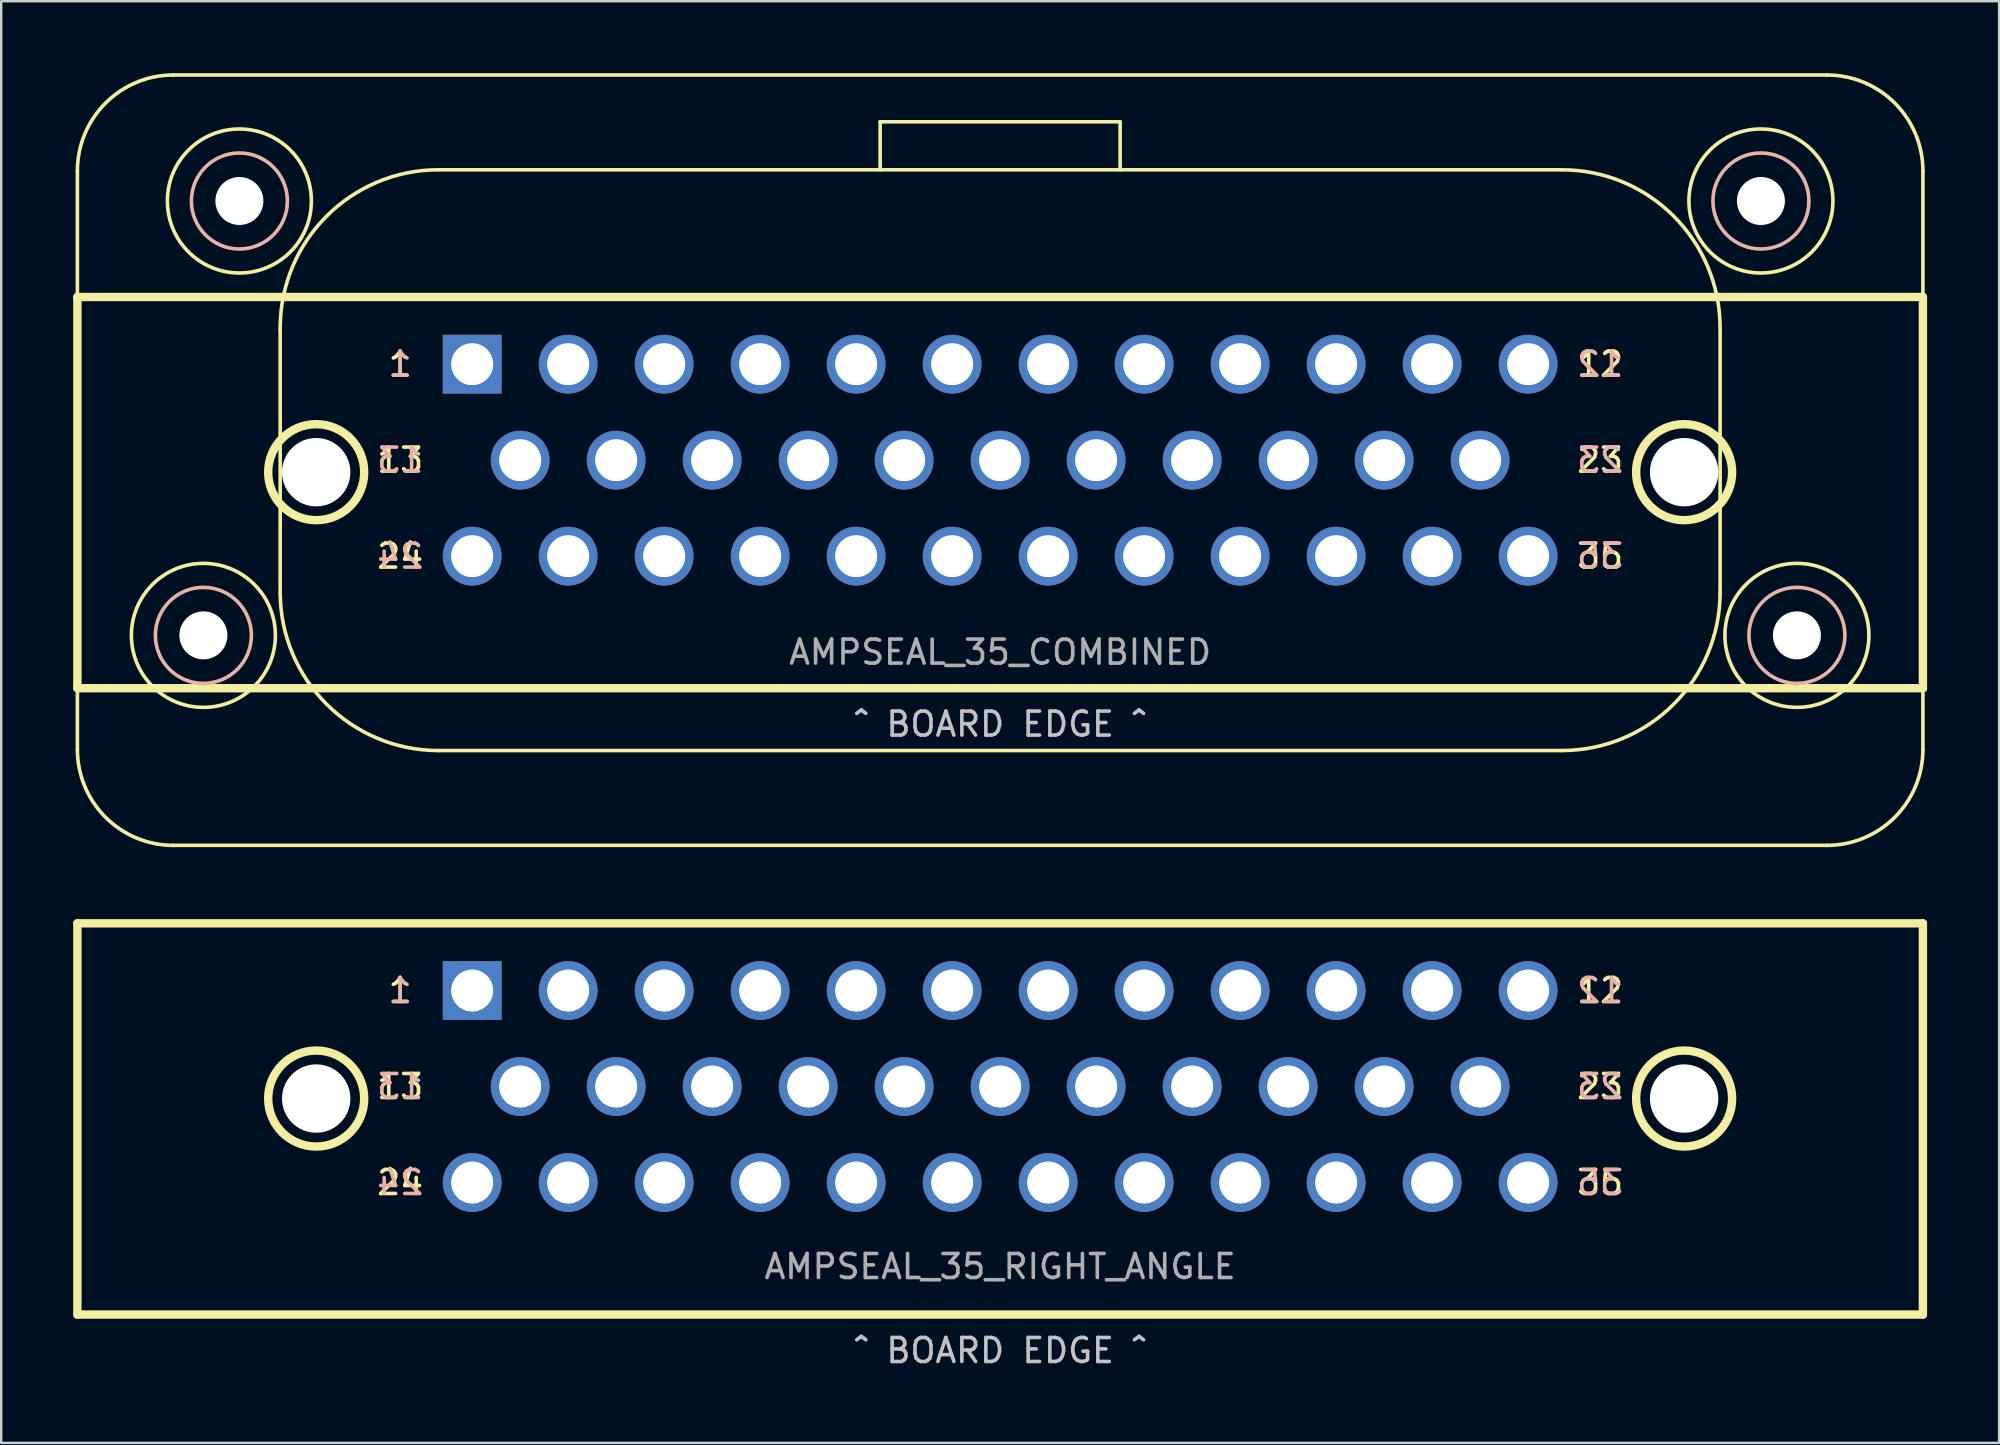
<source format=kicad_pcb>
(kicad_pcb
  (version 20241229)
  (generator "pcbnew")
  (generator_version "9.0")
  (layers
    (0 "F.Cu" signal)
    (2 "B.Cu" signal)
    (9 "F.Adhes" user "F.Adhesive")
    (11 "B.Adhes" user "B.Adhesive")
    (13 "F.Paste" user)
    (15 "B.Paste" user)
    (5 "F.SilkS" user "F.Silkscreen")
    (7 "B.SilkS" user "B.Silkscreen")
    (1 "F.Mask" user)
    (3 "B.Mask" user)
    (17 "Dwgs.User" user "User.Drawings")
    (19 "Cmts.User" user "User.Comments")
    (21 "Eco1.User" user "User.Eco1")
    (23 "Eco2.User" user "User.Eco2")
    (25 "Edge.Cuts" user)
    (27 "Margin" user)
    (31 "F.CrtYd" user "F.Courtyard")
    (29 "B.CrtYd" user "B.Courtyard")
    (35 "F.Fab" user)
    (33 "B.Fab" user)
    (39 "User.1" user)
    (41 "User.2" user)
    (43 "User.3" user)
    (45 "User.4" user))
  (footprint "AMPSEAL_35_COMBINED"
    (layer "F.Cu")
    (at 38.625 16.125)
    (property "Reference" "AMPSEAL_35_COMBINED" (at 0 8 0) (layer "F.Fab") (effects (font (size 1 1) (thickness 0.15))))
    (attr through_hole)
    (fp_line (start -38.45 -12.05) (end -38.45 12.05) (stroke (width 0.15) (type solid)) (layer "F.SilkS"))
    (fp_line (start -38.45 -6.8) (end -38.45 9.5) (stroke (width 0.35) (type solid)) (layer "F.SilkS"))
    (fp_line (start -38.45 -6.8) (end 38.45 -6.8) (stroke (width 0.35) (type solid)) (layer "F.SilkS"))
    (fp_line (start -38.45 9.5) (end 38.45 9.5) (stroke (width 0.35) (type solid)) (layer "F.SilkS"))
    (fp_line (start -34.45 -16.05) (end 34.45 -16.05) (stroke (width 0.15) (type solid)) (layer "F.SilkS"))
    (fp_line (start -34.45 16.05) (end 34.45 16.05) (stroke (width 0.15) (type solid)) (layer "F.SilkS"))
    (fp_line (start -30 -5.5) (end -30 5.5) (stroke (width 0.15) (type solid)) (layer "F.SilkS"))
    (fp_line (start -23.4 -12.1) (end 23.4 -12.1) (stroke (width 0.15) (type solid)) (layer "F.SilkS"))
    (fp_line (start -23.4 12.1) (end 23.4 12.1) (stroke (width 0.15) (type solid)) (layer "F.SilkS"))
    (fp_line (start -5 -14.1) (end 5 -14.1) (stroke (width 0.15) (type solid)) (layer "F.SilkS"))
    (fp_line (start -5 -12.1) (end -5 -14.1) (stroke (width 0.15) (type solid)) (layer "F.SilkS"))
    (fp_line (start 5 -14.1) (end 5 -12.1) (stroke (width 0.15) (type solid)) (layer "F.SilkS"))
    (fp_line (start 30 -5.5) (end 30 5.5) (stroke (width 0.15) (type solid)) (layer "F.SilkS"))
    (fp_line (start 38.45 -12.05) (end 38.45 12.05) (stroke (width 0.15) (type solid)) (layer "F.SilkS"))
    (fp_line (start 38.45 -6.8) (end 38.45 9.5) (stroke (width 0.35) (type solid)) (layer "F.SilkS"))
    (fp_arc (start -38.45 -12.05) (mid -37.278427 -14.878427) (end -34.45 -16.05) (stroke (width 0.15) (type solid)) (layer "F.SilkS"))
    (fp_arc (start -34.45 16.05) (mid -37.278427 14.878427) (end -38.45 12.05) (stroke (width 0.15) (type solid)) (layer "F.SilkS"))
    (fp_arc (start -30 -5.5) (mid -28.070976 -10.16283) (end -23.411519 -12.09999) (stroke (width 0.15) (type solid)) (layer "F.SilkS"))
    (fp_arc (start -23.4 12.1) (mid -28.06283 10.170976) (end -29.99999 5.511519) (stroke (width 0.15) (type solid)) (layer "F.SilkS"))
    (fp_arc (start 23.4 -12.1) (mid 28.06283 -10.170976) (end 29.99999 -5.511519) (stroke (width 0.15) (type solid)) (layer "F.SilkS"))
    (fp_arc (start 30 5.5) (mid 28.070976 10.16283) (end 23.411519 12.09999) (stroke (width 0.15) (type solid)) (layer "F.SilkS"))
    (fp_arc (start 34.45 -16.05) (mid 37.278427 -14.878427) (end 38.45 -12.05) (stroke (width 0.15) (type solid)) (layer "F.SilkS"))
    (fp_arc (start 38.45 12.05) (mid 37.278427 14.878427) (end 34.45 16.05) (stroke (width 0.15) (type solid)) (layer "F.SilkS"))
    (fp_circle (center -33.2 7.3) (end -36.2 7.3) (stroke (width 0.15) (type solid)) (fill no) (layer "F.SilkS"))
    (fp_circle (center -31.7 -10.8) (end -34.7 -10.8) (stroke (width 0.15) (type solid)) (fill no) (layer "F.SilkS"))
    (fp_circle (center -28.5 0.5) (end -26.5 0.5) (stroke (width 0.35) (type solid)) (fill no) (layer "F.SilkS"))
    (fp_circle (center 28.5 0.5) (end 26.5 0.5) (stroke (width 0.35) (type solid)) (fill no) (layer "F.SilkS"))
    (fp_circle (center 31.7 -10.8) (end 34.7 -10.8) (stroke (width 0.15) (type solid)) (fill no) (layer "F.SilkS"))
    (fp_circle (center 33.2 7.3) (end 36.2 7.3) (stroke (width 0.15) (type solid)) (fill no) (layer "F.SilkS"))
    (fp_circle (center -33.2 7.3) (end -35.2 7.3) (stroke (width 0.15) (type solid)) (fill no) (layer "B.SilkS"))
    (fp_circle (center -31.7 -10.8) (end -33.7 -10.8) (stroke (width 0.15) (type solid)) (fill no) (layer "B.SilkS"))
    (fp_circle (center 31.7 -10.8) (end 33.7 -10.8) (stroke (width 0.15) (type solid)) (fill no) (layer "B.SilkS"))
    (fp_circle (center 33.2 7.3) (end 35.2 7.3) (stroke (width 0.15) (type solid)) (fill no) (layer "B.SilkS"))
    (fp_text user "23" (at 25 0 0) (layer "F.SilkS") (effects (font (size 1 1) (thickness 0.15))))
    (fp_text user "13" (at -25 0 0) (layer "F.SilkS") (effects (font (size 1 1) (thickness 0.15))))
    (fp_text user "24" (at -25 4 0) (layer "F.SilkS") (effects (font (size 1 1) (thickness 0.15))))
    (fp_text user "1" (at -25 -4 0) (layer "F.SilkS") (effects (font (size 1 1) (thickness 0.15))))
    (fp_text user "12" (at 25 -4 0) (layer "F.SilkS") (effects (font (size 1 1) (thickness 0.15))))
    (fp_text user "35" (at 25 4 0) (layer "F.SilkS") (effects (font (size 1 1) (thickness 0.15))))
    (fp_text user "1" (at -25 -4 0) (layer "B.SilkS") (effects (font (size 1 1) (thickness 0.15)) (justify mirror)))
    (fp_text user "12" (at 25 -4 0) (layer "B.SilkS") (effects (font (size 1 1) (thickness 0.15)) (justify mirror)))
    (fp_text user "23" (at 25 0 0) (layer "B.SilkS") (effects (font (size 1 1) (thickness 0.15)) (justify mirror)))
    (fp_text user "35" (at 25 4 0) (layer "B.SilkS") (effects (font (size 1 1) (thickness 0.15)) (justify mirror)))
    (fp_text user "24" (at -25 4 0) (layer "B.SilkS") (effects (font (size 1 1) (thickness 0.15)) (justify mirror)))
    (fp_text user "13" (at -25 0 0) (layer "B.SilkS") (effects (font (size 1 1) (thickness 0.15)) (justify mirror)))
    (fp_text user "^ BOARD EDGE ^" (at 0 11 0) (layer "Dwgs.User") (effects (font (size 1 1) (thickness 0.15))))
    (pad "" np_thru_hole circle (at -33.2 7.3) (size 2 2) (drill 2) (layers "*.Cu" "*.Mask"))
    (pad "" np_thru_hole circle (at -31.7 -10.8) (size 2 2) (drill 2) (layers "*.Cu" "*.Mask"))
    (pad "" np_thru_hole circle (at -28.5 0.5) (size 2.85 2.85) (drill 2.85) (layers "*.Cu" "*.Mask"))
    (pad "" np_thru_hole circle (at 28.5 0.5) (size 2.85 2.85) (drill 2.85) (layers "*.Cu" "*.Mask"))
    (pad "" np_thru_hole circle (at 31.7 -10.8) (size 2 2) (drill 2) (layers "*.Cu" "*.Mask"))
    (pad "" np_thru_hole circle (at 33.2 7.3) (size 2 2) (drill 2) (layers "*.Cu" "*.Mask"))
    (pad "1" thru_hole rect (at -22 -4) (size 2.45 2.45) (drill 1.75) (layers "*.Cu" "*.Mask"))
    (pad "2" thru_hole circle (at -18 -4) (size 2.45 2.45) (drill 1.75) (layers "*.Cu" "*.Mask"))
    (pad "3" thru_hole circle (at -14 -4) (size 2.45 2.45) (drill 1.75) (layers "*.Cu" "*.Mask"))
    (pad "4" thru_hole circle (at -10 -4) (size 2.45 2.45) (drill 1.75) (layers "*.Cu" "*.Mask"))
    (pad "5" thru_hole circle (at -6 -4) (size 2.45 2.45) (drill 1.75) (layers "*.Cu" "*.Mask"))
    (pad "6" thru_hole circle (at -2 -4) (size 2.45 2.45) (drill 1.75) (layers "*.Cu" "*.Mask"))
    (pad "7" thru_hole circle (at 2 -4) (size 2.45 2.45) (drill 1.75) (layers "*.Cu" "*.Mask"))
    (pad "8" thru_hole circle (at 6 -4) (size 2.45 2.45) (drill 1.75) (layers "*.Cu" "*.Mask"))
    (pad "9" thru_hole circle (at 10 -4) (size 2.45 2.45) (drill 1.75) (layers "*.Cu" "*.Mask"))
    (pad "10" thru_hole circle (at 14 -4) (size 2.45 2.45) (drill 1.75) (layers "*.Cu" "*.Mask"))
    (pad "11" thru_hole circle (at 18 -4) (size 2.45 2.45) (drill 1.75) (layers "*.Cu" "*.Mask"))
    (pad "12" thru_hole circle (at 22 -4) (size 2.45 2.45) (drill 1.75) (layers "*.Cu" "*.Mask"))
    (pad "13" thru_hole circle (at -20 0) (size 2.45 2.45) (drill 1.75) (layers "*.Cu" "*.Mask"))
    (pad "14" thru_hole circle (at -16 0) (size 2.45 2.45) (drill 1.75) (layers "*.Cu" "*.Mask"))
    (pad "15" thru_hole circle (at -12 0) (size 2.45 2.45) (drill 1.75) (layers "*.Cu" "*.Mask"))
    (pad "16" thru_hole circle (at -8 0) (size 2.45 2.45) (drill 1.75) (layers "*.Cu" "*.Mask"))
    (pad "17" thru_hole circle (at -4 0) (size 2.45 2.45) (drill 1.75) (layers "*.Cu" "*.Mask"))
    (pad "18" thru_hole circle (at 0 0) (size 2.45 2.45) (drill 1.75) (layers "*.Cu" "*.Mask"))
    (pad "19" thru_hole circle (at 4 0) (size 2.45 2.45) (drill 1.75) (layers "*.Cu" "*.Mask"))
    (pad "20" thru_hole circle (at 8 0) (size 2.45 2.45) (drill 1.75) (layers "*.Cu" "*.Mask"))
    (pad "21" thru_hole circle (at 12 0) (size 2.45 2.45) (drill 1.75) (layers "*.Cu" "*.Mask"))
    (pad "22" thru_hole circle (at 16 0) (size 2.45 2.45) (drill 1.75) (layers "*.Cu" "*.Mask"))
    (pad "23" thru_hole circle (at 20 0) (size 2.45 2.45) (drill 1.75) (layers "*.Cu" "*.Mask"))
    (pad "24" thru_hole circle (at -22 4) (size 2.45 2.45) (drill 1.75) (layers "*.Cu" "*.Mask"))
    (pad "25" thru_hole circle (at -18 4) (size 2.45 2.45) (drill 1.75) (layers "*.Cu" "*.Mask"))
    (pad "26" thru_hole circle (at -14 4) (size 2.45 2.45) (drill 1.75) (layers "*.Cu" "*.Mask"))
    (pad "27" thru_hole circle (at -10 4) (size 2.45 2.45) (drill 1.75) (layers "*.Cu" "*.Mask"))
    (pad "28" thru_hole circle (at -6 4) (size 2.45 2.45) (drill 1.75) (layers "*.Cu" "*.Mask"))
    (pad "29" thru_hole circle (at -2 4) (size 2.45 2.45) (drill 1.75) (layers "*.Cu" "*.Mask"))
    (pad "30" thru_hole circle (at 2 4) (size 2.45 2.45) (drill 1.75) (layers "*.Cu" "*.Mask"))
    (pad "31" thru_hole circle (at 6 4) (size 2.45 2.45) (drill 1.75) (layers "*.Cu" "*.Mask"))
    (pad "32" thru_hole circle (at 10 4) (size 2.45 2.45) (drill 1.75) (layers "*.Cu" "*.Mask"))
    (pad "33" thru_hole circle (at 14 4) (size 2.45 2.45) (drill 1.75) (layers "*.Cu" "*.Mask"))
    (pad "34" thru_hole circle (at 18 4) (size 2.45 2.45) (drill 1.75) (layers "*.Cu" "*.Mask"))
    (pad "35" thru_hole circle (at 22 4) (size 2.45 2.45) (drill 1.75) (layers "*.Cu" "*.Mask")))
  (footprint "AMPSEAL_35_RIGHT_ANGLE"
    (layer "F.Cu")
    (at 38.625 42.225)
    (property "Reference" "AMPSEAL_35_RIGHT_ANGLE" (at 0 7.5 0) (layer "F.Fab") (effects (font (size 1 1) (thickness 0.15))))
    (attr through_hole)
    (fp_line (start -38.45 -6.8) (end -38.45 9.5) (stroke (width 0.35) (type solid)) (layer "F.SilkS"))
    (fp_line (start -38.45 -6.8) (end 38.45 -6.8) (stroke (width 0.35) (type solid)) (layer "F.SilkS"))
    (fp_line (start -38.45 9.5) (end 38.45 9.5) (stroke (width 0.35) (type solid)) (layer "F.SilkS"))
    (fp_line (start 38.45 -6.8) (end 38.45 9.5) (stroke (width 0.35) (type solid)) (layer "F.SilkS"))
    (fp_circle (center -28.5 0.5) (end -26.5 0.5) (stroke (width 0.35) (type solid)) (fill no) (layer "F.SilkS"))
    (fp_circle (center 28.5 0.5) (end 26.5 0.5) (stroke (width 0.35) (type solid)) (fill no) (layer "F.SilkS"))
    (fp_text user "35" (at 25 4 0) (layer "F.SilkS") (effects (font (size 1 1) (thickness 0.15))))
    (fp_text user "1" (at -25 -4 0) (layer "F.SilkS") (effects (font (size 1 1) (thickness 0.15))))
    (fp_text user "13" (at -25 0 0) (layer "F.SilkS") (effects (font (size 1 1) (thickness 0.15))))
    (fp_text user "24" (at -25 4 0) (layer "F.SilkS") (effects (font (size 1 1) (thickness 0.15))))
    (fp_text user "12" (at 25 -4 0) (layer "F.SilkS") (effects (font (size 1 1) (thickness 0.15))))
    (fp_text user "23" (at 25 0 0) (layer "F.SilkS") (effects (font (size 1 1) (thickness 0.15))))
    (fp_text user "12" (at 25 -4 0) (layer "B.SilkS") (effects (font (size 1 1) (thickness 0.15)) (justify mirror)))
    (fp_text user "24" (at -25 4 0) (layer "B.SilkS") (effects (font (size 1 1) (thickness 0.15)) (justify mirror)))
    (fp_text user "1" (at -25 -4 0) (layer "B.SilkS") (effects (font (size 1 1) (thickness 0.15)) (justify mirror)))
    (fp_text user "13" (at -25 0 0) (layer "B.SilkS") (effects (font (size 1 1) (thickness 0.15)) (justify mirror)))
    (fp_text user "23" (at 25 0 0) (layer "B.SilkS") (effects (font (size 1 1) (thickness 0.15)) (justify mirror)))
    (fp_text user "35" (at 25 4 0) (layer "B.SilkS") (effects (font (size 1 1) (thickness 0.15)) (justify mirror)))
    (fp_text user "^ BOARD EDGE ^" (at 0 11 0) (layer "Dwgs.User") (effects (font (size 1 1) (thickness 0.15))))
    (pad "" np_thru_hole circle (at -28.5 0.5) (size 2.85 2.85) (drill 2.85) (layers "*.Cu" "*.Mask"))
    (pad "" np_thru_hole circle (at 28.5 0.5) (size 2.85 2.85) (drill 2.85) (layers "*.Cu" "*.Mask"))
    (pad "1" thru_hole rect (at -22 -4) (size 2.45 2.45) (drill 1.75) (layers "*.Cu" "*.Mask"))
    (pad "2" thru_hole circle (at -18 -4) (size 2.45 2.45) (drill 1.75) (layers "*.Cu" "*.Mask"))
    (pad "3" thru_hole circle (at -14 -4) (size 2.45 2.45) (drill 1.75) (layers "*.Cu" "*.Mask"))
    (pad "4" thru_hole circle (at -10 -4) (size 2.45 2.45) (drill 1.75) (layers "*.Cu" "*.Mask"))
    (pad "5" thru_hole circle (at -6 -4) (size 2.45 2.45) (drill 1.75) (layers "*.Cu" "*.Mask"))
    (pad "6" thru_hole circle (at -2 -4) (size 2.45 2.45) (drill 1.75) (layers "*.Cu" "*.Mask"))
    (pad "7" thru_hole circle (at 2 -4) (size 2.45 2.45) (drill 1.75) (layers "*.Cu" "*.Mask"))
    (pad "8" thru_hole circle (at 6 -4) (size 2.45 2.45) (drill 1.75) (layers "*.Cu" "*.Mask"))
    (pad "9" thru_hole circle (at 10 -4) (size 2.45 2.45) (drill 1.75) (layers "*.Cu" "*.Mask"))
    (pad "10" thru_hole circle (at 14 -4) (size 2.45 2.45) (drill 1.75) (layers "*.Cu" "*.Mask"))
    (pad "11" thru_hole circle (at 18 -4) (size 2.45 2.45) (drill 1.75) (layers "*.Cu" "*.Mask"))
    (pad "12" thru_hole circle (at 22 -4) (size 2.45 2.45) (drill 1.75) (layers "*.Cu" "*.Mask"))
    (pad "13" thru_hole circle (at -20 0) (size 2.45 2.45) (drill 1.75) (layers "*.Cu" "*.Mask"))
    (pad "14" thru_hole circle (at -16 0) (size 2.45 2.45) (drill 1.75) (layers "*.Cu" "*.Mask"))
    (pad "15" thru_hole circle (at -12 0) (size 2.45 2.45) (drill 1.75) (layers "*.Cu" "*.Mask"))
    (pad "16" thru_hole circle (at -8 0) (size 2.45 2.45) (drill 1.75) (layers "*.Cu" "*.Mask"))
    (pad "17" thru_hole circle (at -4 0) (size 2.45 2.45) (drill 1.75) (layers "*.Cu" "*.Mask"))
    (pad "18" thru_hole circle (at 0 0) (size 2.45 2.45) (drill 1.75) (layers "*.Cu" "*.Mask"))
    (pad "19" thru_hole circle (at 4 0) (size 2.45 2.45) (drill 1.75) (layers "*.Cu" "*.Mask"))
    (pad "20" thru_hole circle (at 8 0) (size 2.45 2.45) (drill 1.75) (layers "*.Cu" "*.Mask"))
    (pad "21" thru_hole circle (at 12 0) (size 2.45 2.45) (drill 1.75) (layers "*.Cu" "*.Mask"))
    (pad "22" thru_hole circle (at 16 0) (size 2.45 2.45) (drill 1.75) (layers "*.Cu" "*.Mask"))
    (pad "23" thru_hole circle (at 20 0) (size 2.45 2.45) (drill 1.75) (layers "*.Cu" "*.Mask"))
    (pad "24" thru_hole circle (at -22 4) (size 2.45 2.45) (drill 1.75) (layers "*.Cu" "*.Mask"))
    (pad "25" thru_hole circle (at -18 4) (size 2.45 2.45) (drill 1.75) (layers "*.Cu" "*.Mask"))
    (pad "26" thru_hole circle (at -14 4) (size 2.45 2.45) (drill 1.75) (layers "*.Cu" "*.Mask"))
    (pad "27" thru_hole circle (at -10 4) (size 2.45 2.45) (drill 1.75) (layers "*.Cu" "*.Mask"))
    (pad "28" thru_hole circle (at -6 4) (size 2.45 2.45) (drill 1.75) (layers "*.Cu" "*.Mask"))
    (pad "29" thru_hole circle (at -2 4) (size 2.45 2.45) (drill 1.75) (layers "*.Cu" "*.Mask"))
    (pad "30" thru_hole circle (at 2 4) (size 2.45 2.45) (drill 1.75) (layers "*.Cu" "*.Mask"))
    (pad "31" thru_hole circle (at 6 4) (size 2.45 2.45) (drill 1.75) (layers "*.Cu" "*.Mask"))
    (pad "32" thru_hole circle (at 10 4) (size 2.45 2.45) (drill 1.75) (layers "*.Cu" "*.Mask"))
    (pad "33" thru_hole circle (at 14 4) (size 2.45 2.45) (drill 1.75) (layers "*.Cu" "*.Mask"))
    (pad "34" thru_hole circle (at 18 4) (size 2.45 2.45) (drill 1.75) (layers "*.Cu" "*.Mask"))
    (pad "35" thru_hole circle (at 22 4) (size 2.45 2.45) (drill 1.75) (layers "*.Cu" "*.Mask")))
  (gr_rect
    (start -3 -3)
    (end 80.25 57.073)
    (stroke (width 0.1) (type default))
    (fill no)
    (layer "Edge.Cuts")))
</source>
